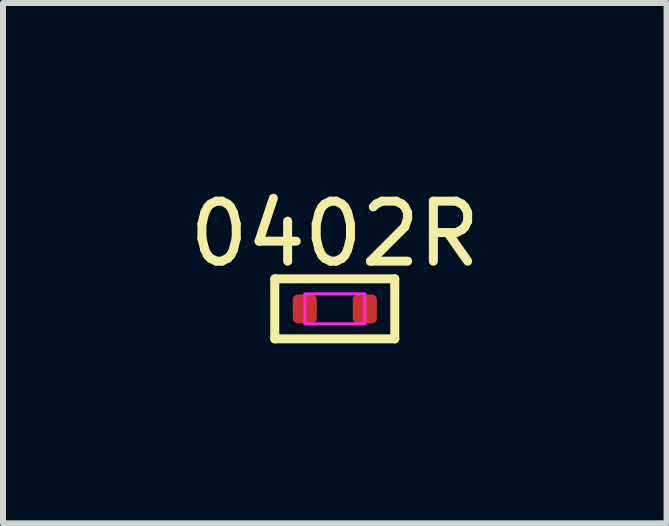
<source format=kicad_pcb>
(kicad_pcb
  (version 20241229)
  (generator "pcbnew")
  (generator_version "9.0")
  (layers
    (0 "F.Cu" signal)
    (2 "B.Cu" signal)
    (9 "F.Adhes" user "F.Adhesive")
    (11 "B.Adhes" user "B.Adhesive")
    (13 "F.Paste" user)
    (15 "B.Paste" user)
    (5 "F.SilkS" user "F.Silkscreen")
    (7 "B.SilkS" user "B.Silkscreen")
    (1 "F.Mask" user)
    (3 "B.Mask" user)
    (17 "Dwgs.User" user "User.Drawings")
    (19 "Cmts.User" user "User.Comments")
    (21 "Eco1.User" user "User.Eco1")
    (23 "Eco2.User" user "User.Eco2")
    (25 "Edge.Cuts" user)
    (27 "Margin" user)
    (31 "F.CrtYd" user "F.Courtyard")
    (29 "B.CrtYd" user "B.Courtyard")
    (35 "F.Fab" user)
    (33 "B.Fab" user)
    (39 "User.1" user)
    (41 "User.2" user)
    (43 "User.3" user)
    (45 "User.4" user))
  (footprint "0402R"
    (layer "F.Cu")
    (at 2.53 2.098)
    (property "Reference" "0402R" (at 0 -1.25 0) (layer "F.SilkS") (effects (font (size 1 1) (thickness 0.15))))
    (fp_line (start -1 -0.5) (end 1 -0.5) (stroke (width 0.15) (type solid)) (layer "F.SilkS"))
    (fp_line (start -1 0.5) (end -1 -0.5) (stroke (width 0.15) (type solid)) (layer "F.SilkS"))
    (fp_line (start -1 0.5) (end 1 0.5) (stroke (width 0.15) (type solid)) (layer "F.SilkS"))
    (fp_line (start 1 0.5) (end 1 -0.5) (stroke (width 0.15) (type solid)) (layer "F.SilkS"))
    (fp_rect (start -0.5 -0.25) (end 0.5 0.25) (stroke (width 0.05) (type solid)) (fill no) (layer "F.CrtYd"))
    (pad "1" smd roundrect (at -0.5 0) (size 0.4 0.48) (layers "F.Cu" "F.Mask" "F.Paste") (roundrect_rratio 0.2))
    (pad "2" smd roundrect (at 0.5 0) (size 0.4 0.48) (layers "F.Cu" "F.Mask" "F.Paste") (roundrect_rratio 0.2)))
  (gr_rect
    (start -3 -3)
    (end 8.06 5.673)
    (stroke (width 0.1) (type default))
    (fill no)
    (layer "Edge.Cuts")))
</source>
